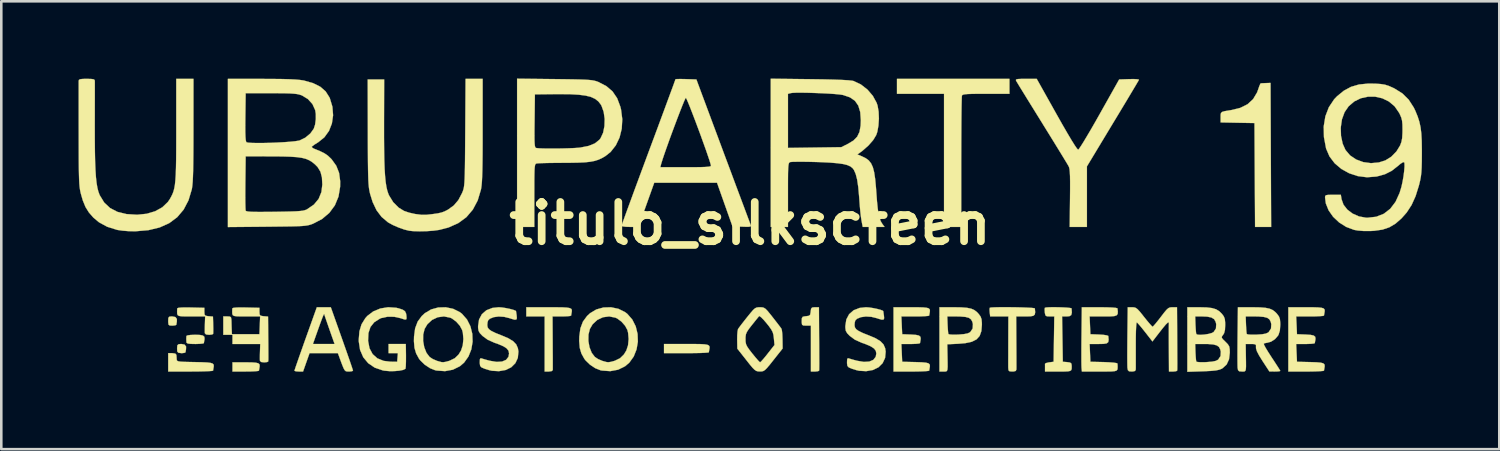
<source format=kicad_pcb>
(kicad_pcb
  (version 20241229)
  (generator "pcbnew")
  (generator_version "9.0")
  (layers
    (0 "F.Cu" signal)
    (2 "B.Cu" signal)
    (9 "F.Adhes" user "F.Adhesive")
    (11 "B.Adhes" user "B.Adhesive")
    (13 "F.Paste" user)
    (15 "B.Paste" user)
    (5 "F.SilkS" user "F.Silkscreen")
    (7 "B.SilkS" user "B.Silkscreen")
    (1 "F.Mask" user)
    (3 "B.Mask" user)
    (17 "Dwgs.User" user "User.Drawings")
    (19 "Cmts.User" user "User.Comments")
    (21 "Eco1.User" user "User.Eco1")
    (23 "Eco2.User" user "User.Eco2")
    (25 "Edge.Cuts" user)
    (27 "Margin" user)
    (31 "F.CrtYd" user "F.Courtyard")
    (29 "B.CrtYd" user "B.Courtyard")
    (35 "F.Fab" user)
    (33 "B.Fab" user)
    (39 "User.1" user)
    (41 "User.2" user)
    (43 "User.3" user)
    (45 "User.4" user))
  (footprint "titulo_silkscreen"
    (layer "F.Cu")
    (at 26.074 5.627)
    (property "Reference" "titulo_silkscreen" (at 0 0 0) (layer "F.SilkS") (effects (font (size 1.524 1.524) (thickness 0.3))))
    (attr through_hole)
    (fp_poly (pts (xy -21.957 4.703) (xy -21.899 4.778) (xy -21.902 4.886) (xy -21.917 4.973) (xy -21.921 5.002) (xy -21.962 5.024) (xy -22.06 5.035) (xy -22.08 5.035) (xy -22.2 5.019) (xy -22.242 4.969) (xy -22.247 4.86) (xy -22.247 4.835) (xy -22.238 4.731) (xy -22.191 4.688) (xy -22.085 4.679) (xy -21.957 4.703)) (stroke (width 0.01) (type solid)) (fill yes) (layer "F.SilkS"))
    (fp_poly (pts (xy -19.354 5.394) (xy -19.194 5.405) (xy -19.097 5.428) (xy -19.05 5.469) (xy -19.041 5.534) (xy -19.05 5.599) (xy -19.065 5.686) (xy -19.069 5.715) (xy -19.112 5.728) (xy -19.226 5.739) (xy -19.394 5.746) (xy -19.585 5.748) (xy -20.097 5.748) (xy -20.097 5.392) (xy -19.59 5.392) (xy -19.354 5.394)) (stroke (width 0.01) (type solid)) (fill yes) (layer "F.SilkS"))
    (fp_poly (pts (xy -22.313 3.633) (xy -22.256 3.708) (xy -22.258 3.816) (xy -22.273 3.903) (xy -22.277 3.933) (xy -22.319 3.955) (xy -22.417 3.966) (xy -22.437 3.966) (xy -22.537 3.961) (xy -22.581 3.927) (xy -22.592 3.84) (xy -22.593 3.788) (xy -22.588 3.674) (xy -22.559 3.623) (xy -22.484 3.61) (xy -22.441 3.609) (xy -22.313 3.633)) (stroke (width 0.01) (type solid)) (fill yes) (layer "F.SilkS"))
    (fp_poly (pts (xy -2.167 4.68) (xy -1.935 4.683) (xy -1.77 4.692) (xy -1.662 4.709) (xy -1.601 4.737) (xy -1.575 4.777) (xy -1.573 4.833) (xy -1.582 4.886) (xy -1.597 4.973) (xy -1.601 5.002) (xy -1.644 5.012) (xy -1.763 5.021) (xy -1.944 5.029) (xy -2.173 5.033) (xy -2.437 5.035) (xy -2.473 5.035) (xy -3.342 5.035) (xy -3.342 4.679) (xy -2.478 4.679) (xy -2.167 4.68)) (stroke (width 0.01) (type solid)) (fill yes) (layer "F.SilkS"))
    (fp_poly (pts (xy -21.36 4.328) (xy -21.245 4.351) (xy -21.19 4.399) (xy -21.182 4.481) (xy -21.189 4.529) (xy -21.204 4.616) (xy -21.208 4.646) (xy -21.25 4.662) (xy -21.36 4.673) (xy -21.515 4.679) (xy -21.545 4.679) (xy -21.723 4.675) (xy -21.828 4.662) (xy -21.876 4.636) (xy -21.885 4.612) (xy -21.89 4.504) (xy -21.891 4.478) (xy -21.887 4.388) (xy -21.885 4.367) (xy -21.841 4.345) (xy -21.728 4.329) (xy -21.568 4.323) (xy -21.55 4.322) (xy -21.36 4.328)) (stroke (width 0.01) (type solid)) (fill yes) (layer "F.SilkS"))
    (fp_poly (pts (xy 10.071 -5.035) (xy 9.162 -5.035) (xy 8.851 -5.035) (xy 8.618 -5.032) (xy 8.451 -5.026) (xy 8.34 -5.016) (xy 8.272 -5.002) (xy 8.237 -4.982) (xy 8.226 -4.965) (xy 8.221 -4.908) (xy 8.217 -4.771) (xy 8.212 -4.561) (xy 8.208 -4.286) (xy 8.205 -3.956) (xy 8.203 -3.577) (xy 8.201 -3.159) (xy 8.2 -2.709) (xy 8.199 -2.38) (xy 8.199 0.134) (xy 7.531 0.134) (xy 7.531 -5.035) (xy 5.704 -5.035) (xy 5.704 -5.615) (xy 10.071 -5.615) (xy 10.071 -5.035)) (stroke (width 0.01) (type solid)) (fill yes) (layer "F.SilkS"))
    (fp_poly (pts (xy 20.22 -2.662) (xy 20.232 0.134) (xy 19.608 0.134) (xy 19.596 -1.883) (xy 19.585 -3.899) (xy 18.927 -3.911) (xy 18.27 -3.924) (xy 18.27 -4.125) (xy 18.271 -4.225) (xy 18.285 -4.29) (xy 18.329 -4.331) (xy 18.42 -4.359) (xy 18.573 -4.385) (xy 18.68 -4.402) (xy 19.032 -4.488) (xy 19.315 -4.629) (xy 19.531 -4.828) (xy 19.685 -5.086) (xy 19.728 -5.203) (xy 19.772 -5.332) (xy 19.81 -5.419) (xy 19.827 -5.441) (xy 19.884 -5.445) (xy 19.994 -5.45) (xy 20.03 -5.451) (xy 20.209 -5.458) (xy 20.22 -2.662)) (stroke (width 0.01) (type solid)) (fill yes) (layer "F.SilkS"))
    (fp_poly (pts (xy -22.317 5.052) (xy -22.275 5.102) (xy -22.268 5.201) (xy -22.264 5.269) (xy -22.259 5.307) (xy -22.241 5.334) (xy -22.195 5.353) (xy -22.11 5.365) (xy -21.972 5.373) (xy -21.768 5.378) (xy -21.561 5.382) (xy -21.283 5.388) (xy -21.083 5.397) (xy -20.949 5.413) (xy -20.868 5.439) (xy -20.83 5.479) (xy -20.823 5.535) (xy -20.832 5.599) (xy -20.847 5.686) (xy -20.851 5.715) (xy -20.895 5.725) (xy -21.014 5.734) (xy -21.195 5.741) (xy -21.424 5.746) (xy -21.688 5.748) (xy -21.724 5.748) (xy -22.593 5.748) (xy -22.593 5.035) (xy -22.437 5.035) (xy -22.317 5.052)) (stroke (width 0.01) (type solid)) (fill yes) (layer "F.SilkS"))
    (fp_poly (pts (xy -7.515 3.254) (xy -7.282 3.257) (xy -7.118 3.266) (xy -7.01 3.284) (xy -6.948 3.311) (xy -6.922 3.351) (xy -6.921 3.407) (xy -6.929 3.46) (xy -6.944 3.547) (xy -6.948 3.576) (xy -6.991 3.592) (xy -7.101 3.603) (xy -7.259 3.609) (xy -7.311 3.609) (xy -7.67 3.609) (xy -7.664 4.623) (xy -7.663 4.917) (xy -7.661 5.183) (xy -7.661 5.406) (xy -7.661 5.574) (xy -7.661 5.673) (xy -7.661 5.693) (xy -7.704 5.732) (xy -7.813 5.748) (xy -7.821 5.748) (xy -7.976 5.748) (xy -7.976 3.609) (xy -8.689 3.609) (xy -8.689 3.253) (xy -7.825 3.253) (xy -7.515 3.254)) (stroke (width 0.01) (type solid)) (fill yes) (layer "F.SilkS"))
    (fp_poly (pts (xy 2.68 4.378) (xy 2.683 4.751) (xy 2.684 5.044) (xy 2.685 5.269) (xy 2.686 5.434) (xy 2.685 5.55) (xy 2.684 5.627) (xy 2.683 5.675) (xy 2.681 5.704) (xy 2.679 5.715) (xy 2.636 5.737) (xy 2.537 5.748) (xy 2.518 5.748) (xy 2.362 5.748) (xy 2.362 3.966) (xy 2.184 3.966) (xy 2.069 3.962) (xy 2.019 3.932) (xy 2.006 3.851) (xy 2.005 3.79) (xy 2.011 3.677) (xy 2.043 3.624) (xy 2.128 3.605) (xy 2.172 3.601) (xy 2.283 3.585) (xy 2.333 3.542) (xy 2.351 3.443) (xy 2.353 3.42) (xy 2.369 3.311) (xy 2.409 3.264) (xy 2.499 3.253) (xy 2.52 3.253) (xy 2.674 3.253) (xy 2.68 4.378)) (stroke (width 0.01) (type solid)) (fill yes) (layer "F.SilkS"))
    (fp_poly (pts (xy -21.713 3.263) (xy -21.189 3.275) (xy -21.189 3.431) (xy -21.182 3.534) (xy -21.144 3.581) (xy -21.047 3.599) (xy -21.022 3.601) (xy -20.855 3.615) (xy -20.848 3.846) (xy -20.843 4.078) (xy -20.844 4.228) (xy -20.849 4.289) (xy -20.892 4.311) (xy -20.991 4.322) (xy -21.011 4.322) (xy -21.123 4.31) (xy -21.168 4.266) (xy -21.172 4.244) (xy -21.173 4.16) (xy -21.172 4.02) (xy -21.168 3.888) (xy -21.159 3.609) (xy -21.698 3.609) (xy -21.927 3.609) (xy -22.081 3.604) (xy -22.176 3.589) (xy -22.225 3.559) (xy -22.244 3.509) (xy -22.247 3.432) (xy -22.247 3.409) (xy -22.244 3.318) (xy -22.242 3.296) (xy -22.195 3.275) (xy -22.065 3.263) (xy -21.858 3.26) (xy -21.713 3.263)) (stroke (width 0.01) (type solid)) (fill yes) (layer "F.SilkS"))
    (fp_poly (pts (xy 10.114 3.252) (xy 10.355 3.255) (xy 10.584 3.261) (xy 10.785 3.269) (xy 10.941 3.278) (xy 11.036 3.289) (xy 11.057 3.298) (xy 11.07 3.445) (xy 11.055 3.536) (xy 10.996 3.586) (xy 10.877 3.606) (xy 10.692 3.609) (xy 10.333 3.609) (xy 10.338 4.601) (xy 10.34 4.893) (xy 10.341 5.159) (xy 10.341 5.383) (xy 10.342 5.552) (xy 10.341 5.652) (xy 10.341 5.67) (xy 10.315 5.726) (xy 10.229 5.747) (xy 10.182 5.748) (xy 10.078 5.741) (xy 10.034 5.702) (xy 10.025 5.607) (xy 10.025 5.604) (xy 10.024 5.516) (xy 10.024 5.355) (xy 10.025 5.137) (xy 10.025 4.877) (xy 10.026 4.593) (xy 10.026 4.534) (xy 10.029 3.609) (xy 9.323 3.609) (xy 9.305 3.452) (xy 9.298 3.342) (xy 9.305 3.278) (xy 9.307 3.274) (xy 9.36 3.263) (xy 9.484 3.256) (xy 9.662 3.252) (xy 9.877 3.251) (xy 10.114 3.252)) (stroke (width 0.01) (type solid)) (fill yes) (layer "F.SilkS"))
    (fp_poly (pts (xy 11.966 3.253) (xy 12.149 3.259) (xy 12.31 3.268) (xy 12.428 3.281) (xy 12.482 3.295) (xy 12.483 3.298) (xy 12.494 3.461) (xy 12.47 3.557) (xy 12.4 3.6) (xy 12.296 3.609) (xy 12.115 3.609) (xy 12.129 4.49) (xy 12.143 5.37) (xy 12.31 5.383) (xy 12.425 5.4) (xy 12.476 5.441) (xy 12.488 5.528) (xy 12.488 5.548) (xy 12.487 5.633) (xy 12.473 5.69) (xy 12.43 5.724) (xy 12.345 5.742) (xy 12.202 5.748) (xy 11.986 5.748) (xy 11.965 5.748) (xy 11.452 5.748) (xy 11.452 5.615) (xy 11.452 5.508) (xy 11.451 5.448) (xy 11.489 5.421) (xy 11.586 5.397) (xy 11.618 5.392) (xy 11.786 5.37) (xy 11.799 4.49) (xy 11.812 3.609) (xy 11.637 3.609) (xy 11.523 3.604) (xy 11.47 3.57) (xy 11.448 3.486) (xy 11.444 3.452) (xy 11.437 3.342) (xy 11.444 3.278) (xy 11.446 3.274) (xy 11.501 3.261) (xy 11.621 3.253) (xy 11.783 3.251) (xy 11.966 3.253)) (stroke (width 0.01) (type solid)) (fill yes) (layer "F.SilkS"))
    (fp_poly (pts (xy 6.532 3.254) (xy 6.73 3.26) (xy 6.862 3.274) (xy 6.941 3.299) (xy 6.977 3.339) (xy 6.983 3.397) (xy 6.974 3.46) (xy 6.959 3.547) (xy 6.955 3.576) (xy 6.912 3.589) (xy 6.797 3.599) (xy 6.628 3.607) (xy 6.421 3.609) (xy 6.413 3.609) (xy 5.875 3.609) (xy 5.89 3.955) (xy 5.906 4.3) (xy 6.246 4.313) (xy 6.439 4.326) (xy 6.557 4.352) (xy 6.614 4.4) (xy 6.625 4.477) (xy 6.618 4.529) (xy 6.603 4.616) (xy 6.598 4.646) (xy 6.556 4.661) (xy 6.445 4.673) (xy 6.288 4.679) (xy 6.235 4.679) (xy 5.875 4.679) (xy 5.906 5.37) (xy 6.425 5.382) (xy 6.663 5.39) (xy 6.825 5.404) (xy 6.923 5.429) (xy 6.972 5.47) (xy 6.983 5.533) (xy 6.974 5.599) (xy 6.959 5.686) (xy 6.955 5.715) (xy 6.912 5.726) (xy 6.795 5.736) (xy 6.619 5.744) (xy 6.4 5.748) (xy 6.261 5.748) (xy 5.57 5.748) (xy 5.57 3.253) (xy 6.256 3.253) (xy 6.532 3.254)) (stroke (width 0.01) (type solid)) (fill yes) (layer "F.SilkS"))
    (fp_poly (pts (xy 21.861 3.254) (xy 22.059 3.26) (xy 22.191 3.274) (xy 22.27 3.299) (xy 22.306 3.339) (xy 22.312 3.397) (xy 22.303 3.46) (xy 22.288 3.547) (xy 22.284 3.576) (xy 22.241 3.589) (xy 22.126 3.599) (xy 21.957 3.607) (xy 21.75 3.609) (xy 21.742 3.609) (xy 21.204 3.609) (xy 21.22 3.955) (xy 21.235 4.3) (xy 21.576 4.313) (xy 21.768 4.326) (xy 21.886 4.352) (xy 21.943 4.4) (xy 21.954 4.477) (xy 21.947 4.529) (xy 21.932 4.616) (xy 21.928 4.646) (xy 21.885 4.661) (xy 21.774 4.673) (xy 21.617 4.679) (xy 21.564 4.679) (xy 21.204 4.679) (xy 21.235 5.37) (xy 21.754 5.382) (xy 21.992 5.39) (xy 22.154 5.404) (xy 22.252 5.429) (xy 22.301 5.47) (xy 22.312 5.533) (xy 22.303 5.599) (xy 22.288 5.686) (xy 22.284 5.715) (xy 22.241 5.726) (xy 22.124 5.736) (xy 21.948 5.744) (xy 21.729 5.748) (xy 21.59 5.748) (xy 20.899 5.748) (xy 20.899 3.253) (xy 21.585 3.253) (xy 21.861 3.254)) (stroke (width 0.01) (type solid)) (fill yes) (layer "F.SilkS"))
    (fp_poly (pts (xy -15.848 4.467) (xy -15.738 4.779) (xy -15.638 5.063) (xy -15.552 5.309) (xy -15.485 5.506) (xy -15.439 5.644) (xy -15.418 5.711) (xy -15.417 5.715) (xy -15.457 5.737) (xy -15.554 5.748) (xy -15.576 5.748) (xy -15.647 5.747) (xy -15.699 5.734) (xy -15.742 5.695) (xy -15.785 5.617) (xy -15.839 5.485) (xy -15.913 5.287) (xy -15.927 5.247) (xy -16.005 5.035) (xy -17.105 5.035) (xy -17.357 5.748) (xy -17.524 5.748) (xy -17.631 5.741) (xy -17.688 5.722) (xy -17.691 5.717) (xy -17.676 5.668) (xy -17.636 5.547) (xy -17.572 5.363) (xy -17.49 5.127) (xy -17.392 4.851) (xy -17.331 4.679) (xy -16.974 4.679) (xy -16.133 4.679) (xy -16.333 4.112) (xy -16.406 3.903) (xy -16.467 3.726) (xy -16.511 3.596) (xy -16.531 3.53) (xy -16.532 3.526) (xy -16.54 3.512) (xy -16.566 3.559) (xy -16.612 3.671) (xy -16.681 3.856) (xy -16.773 4.112) (xy -16.974 4.679) (xy -17.331 4.679) (xy -17.284 4.545) (xy -17.257 4.469) (xy -16.822 3.253) (xy -16.279 3.253) (xy -15.848 4.467)) (stroke (width 0.01) (type solid)) (fill yes) (layer "F.SilkS"))
    (fp_poly (pts (xy 13.846 3.256) (xy 14.059 3.264) (xy 14.2 3.277) (xy 14.263 3.294) (xy 14.265 3.298) (xy 14.279 3.424) (xy 14.273 3.511) (xy 14.234 3.565) (xy 14.149 3.595) (xy 14.006 3.607) (xy 13.789 3.609) (xy 13.722 3.609) (xy 13.184 3.609) (xy 13.199 3.955) (xy 13.213 4.3) (xy 13.558 4.313) (xy 13.722 4.324) (xy 13.845 4.343) (xy 13.906 4.364) (xy 13.909 4.369) (xy 13.922 4.515) (xy 13.907 4.606) (xy 13.847 4.655) (xy 13.727 4.675) (xy 13.544 4.679) (xy 13.184 4.679) (xy 13.214 5.37) (xy 13.737 5.382) (xy 13.946 5.391) (xy 14.116 5.404) (xy 14.227 5.421) (xy 14.265 5.438) (xy 14.27 5.52) (xy 14.271 5.548) (xy 14.27 5.623) (xy 14.26 5.677) (xy 14.226 5.713) (xy 14.157 5.734) (xy 14.039 5.745) (xy 13.86 5.748) (xy 13.605 5.748) (xy 13.572 5.748) (xy 12.884 5.748) (xy 12.87 5.604) (xy 12.867 5.519) (xy 12.864 5.36) (xy 12.864 5.141) (xy 12.864 4.874) (xy 12.866 4.575) (xy 12.869 4.356) (xy 12.881 3.253) (xy 13.57 3.253) (xy 13.846 3.256)) (stroke (width 0.01) (type solid)) (fill yes) (layer "F.SilkS"))
    (fp_poly (pts (xy 8.202 3.258) (xy 8.422 3.275) (xy 8.586 3.309) (xy 8.712 3.365) (xy 8.816 3.447) (xy 8.881 3.518) (xy 8.951 3.615) (xy 8.987 3.717) (xy 9 3.859) (xy 9.001 3.936) (xy 8.981 4.178) (xy 8.915 4.364) (xy 8.795 4.499) (xy 8.612 4.592) (xy 8.359 4.647) (xy 8.095 4.67) (xy 7.657 4.691) (xy 7.666 5.164) (xy 7.67 5.402) (xy 7.671 5.565) (xy 7.664 5.667) (xy 7.645 5.722) (xy 7.611 5.745) (xy 7.558 5.749) (xy 7.509 5.748) (xy 7.353 5.748) (xy 7.353 3.609) (xy 7.657 3.609) (xy 7.669 3.933) (xy 7.678 4.096) (xy 7.689 4.225) (xy 7.7 4.292) (xy 7.701 4.294) (xy 7.752 4.31) (xy 7.869 4.318) (xy 8.031 4.316) (xy 8.093 4.314) (xy 8.306 4.296) (xy 8.449 4.268) (xy 8.538 4.226) (xy 8.552 4.214) (xy 8.642 4.078) (xy 8.652 3.905) (xy 8.63 3.818) (xy 8.581 3.726) (xy 8.496 3.664) (xy 8.36 3.628) (xy 8.158 3.612) (xy 8.014 3.609) (xy 7.657 3.609) (xy 7.353 3.609) (xy 7.353 3.253) (xy 7.911 3.253) (xy 8.202 3.258)) (stroke (width 0.01) (type solid)) (fill yes) (layer "F.SilkS"))
    (fp_poly (pts (xy -19.574 3.263) (xy -19.05 3.275) (xy -19.05 3.431) (xy -19.043 3.534) (xy -19.005 3.581) (xy -18.908 3.599) (xy -18.883 3.601) (xy -18.716 3.615) (xy -18.709 4.381) (xy -18.706 4.693) (xy -18.705 4.928) (xy -18.704 5.098) (xy -18.704 5.215) (xy -18.705 5.29) (xy -18.708 5.335) (xy -18.71 5.359) (xy -18.753 5.381) (xy -18.852 5.392) (xy -18.872 5.392) (xy -18.984 5.379) (xy -19.029 5.335) (xy -19.033 5.314) (xy -19.034 5.229) (xy -19.033 5.089) (xy -19.029 4.957) (xy -19.02 4.679) (xy -20.097 4.679) (xy -20.097 4.322) (xy -20.454 4.322) (xy -20.454 3.609) (xy -20.298 3.609) (xy -20.204 3.614) (xy -20.157 3.641) (xy -20.14 3.717) (xy -20.136 3.821) (xy -20.132 3.982) (xy -20.127 4.129) (xy -20.125 4.166) (xy -20.119 4.3) (xy -19.05 4.3) (xy -19.037 3.955) (xy -19.024 3.609) (xy -19.561 3.609) (xy -19.789 3.609) (xy -19.943 3.604) (xy -20.038 3.589) (xy -20.087 3.559) (xy -20.105 3.508) (xy -20.108 3.431) (xy -20.108 3.409) (xy -20.105 3.318) (xy -20.103 3.296) (xy -20.056 3.275) (xy -19.927 3.263) (xy -19.719 3.26) (xy -19.574 3.263)) (stroke (width 0.01) (type solid)) (fill yes) (layer "F.SilkS"))
    (fp_poly (pts (xy -13.743 3.273) (xy -13.636 3.298) (xy -13.483 3.35) (xy -13.397 3.411) (xy -13.356 3.501) (xy -13.344 3.581) (xy -13.338 3.683) (xy -13.356 3.729) (xy -13.418 3.728) (xy -13.542 3.687) (xy -13.569 3.678) (xy -13.816 3.623) (xy -14.078 3.621) (xy -14.317 3.672) (xy -14.371 3.694) (xy -14.591 3.833) (xy -14.739 4.018) (xy -14.818 4.254) (xy -14.832 4.548) (xy -14.831 4.562) (xy -14.777 4.846) (xy -14.656 5.072) (xy -14.473 5.236) (xy -14.23 5.335) (xy -13.973 5.366) (xy -13.703 5.37) (xy -13.675 5.035) (xy -14.037 5.035) (xy -14.037 4.679) (xy -13.368 4.679) (xy -13.365 4.824) (xy -13.361 5.13) (xy -13.362 5.372) (xy -13.368 5.542) (xy -13.379 5.633) (xy -13.384 5.645) (xy -13.47 5.686) (xy -13.62 5.716) (xy -13.807 5.732) (xy -14.007 5.733) (xy -14.193 5.717) (xy -14.26 5.705) (xy -14.574 5.598) (xy -14.828 5.425) (xy -15.02 5.194) (xy -15.143 4.91) (xy -15.194 4.577) (xy -15.195 4.52) (xy -15.169 4.189) (xy -15.086 3.914) (xy -14.94 3.678) (xy -14.862 3.59) (xy -14.633 3.416) (xy -14.356 3.301) (xy -14.052 3.252) (xy -13.743 3.273)) (stroke (width 0.01) (type solid)) (fill yes) (layer "F.SilkS"))
    (fp_poly (pts (xy -11.529 3.314) (xy -11.27 3.443) (xy -11.187 3.506) (xy -10.991 3.729) (xy -10.857 3.995) (xy -10.785 4.288) (xy -10.774 4.592) (xy -10.824 4.89) (xy -10.935 5.166) (xy -11.104 5.403) (xy -11.266 5.542) (xy -11.539 5.677) (xy -11.845 5.734) (xy -12.17 5.711) (xy -12.227 5.699) (xy -12.429 5.618) (xy -12.635 5.481) (xy -12.807 5.313) (xy -12.855 5.25) (xy -12.966 5.047) (xy -13.03 4.831) (xy -13.052 4.574) (xy -13.052 4.56) (xy -12.695 4.56) (xy -12.651 4.806) (xy -12.565 5.023) (xy -12.442 5.184) (xy -12.318 5.265) (xy -12.152 5.336) (xy -11.99 5.381) (xy -11.92 5.388) (xy -11.821 5.373) (xy -11.689 5.337) (xy -11.661 5.327) (xy -11.464 5.231) (xy -11.318 5.089) (xy -11.221 4.93) (xy -11.155 4.728) (xy -11.132 4.486) (xy -11.152 4.245) (xy -11.18 4.137) (xy -11.269 3.971) (xy -11.412 3.81) (xy -11.577 3.688) (xy -11.645 3.657) (xy -11.888 3.609) (xy -12.129 3.641) (xy -12.349 3.745) (xy -12.53 3.913) (xy -12.637 4.094) (xy -12.692 4.314) (xy -12.695 4.56) (xy -13.052 4.56) (xy -13.048 4.391) (xy -13.005 4.071) (xy -12.907 3.811) (xy -12.746 3.592) (xy -12.631 3.485) (xy -12.387 3.339) (xy -12.108 3.262) (xy -11.815 3.254) (xy -11.529 3.314)) (stroke (width 0.01) (type solid)) (fill yes) (layer "F.SilkS"))
    (fp_poly (pts (xy -5.112 3.314) (xy -4.853 3.443) (xy -4.77 3.506) (xy -4.574 3.729) (xy -4.44 3.995) (xy -4.368 4.288) (xy -4.357 4.592) (xy -4.408 4.89) (xy -4.518 5.166) (xy -4.688 5.403) (xy -4.85 5.542) (xy -5.122 5.677) (xy -5.428 5.734) (xy -5.753 5.711) (xy -5.81 5.699) (xy -6.013 5.618) (xy -6.218 5.481) (xy -6.391 5.313) (xy -6.438 5.25) (xy -6.55 5.047) (xy -6.613 4.831) (xy -6.635 4.574) (xy -6.635 4.56) (xy -6.279 4.56) (xy -6.235 4.806) (xy -6.148 5.023) (xy -6.025 5.184) (xy -5.901 5.265) (xy -5.736 5.336) (xy -5.573 5.381) (xy -5.503 5.388) (xy -5.404 5.373) (xy -5.272 5.337) (xy -5.244 5.327) (xy -5.047 5.231) (xy -4.901 5.089) (xy -4.804 4.93) (xy -4.738 4.728) (xy -4.715 4.486) (xy -4.736 4.245) (xy -4.763 4.137) (xy -4.853 3.971) (xy -4.995 3.81) (xy -5.16 3.688) (xy -5.228 3.657) (xy -5.471 3.609) (xy -5.712 3.641) (xy -5.932 3.745) (xy -6.113 3.913) (xy -6.22 4.094) (xy -6.275 4.314) (xy -6.279 4.56) (xy -6.635 4.56) (xy -6.631 4.391) (xy -6.588 4.071) (xy -6.49 3.811) (xy -6.329 3.592) (xy -6.214 3.485) (xy -5.97 3.339) (xy -5.691 3.262) (xy -5.398 3.254) (xy -5.112 3.314)) (stroke (width 0.01) (type solid)) (fill yes) (layer "F.SilkS"))
    (fp_poly (pts (xy 11.904 -4.234) (xy 12.13 -3.834) (xy 12.324 -3.499) (xy 12.483 -3.232) (xy 12.606 -3.035) (xy 12.691 -2.912) (xy 12.737 -2.864) (xy 12.741 -2.864) (xy 12.776 -2.904) (xy 12.85 -3.013) (xy 12.956 -3.182) (xy 13.088 -3.403) (xy 13.243 -3.665) (xy 13.413 -3.961) (xy 13.567 -4.233) (xy 14.331 -5.592) (xy 14.723 -5.605) (xy 14.901 -5.607) (xy 15.031 -5.6) (xy 15.096 -5.586) (xy 15.099 -5.578) (xy 15.074 -5.532) (xy 15.007 -5.419) (xy 14.903 -5.244) (xy 14.768 -5.018) (xy 14.606 -4.747) (xy 14.421 -4.44) (xy 14.219 -4.105) (xy 14.081 -3.877) (xy 13.079 -2.216) (xy 13.079 0.134) (xy 12.745 0.134) (xy 12.41 0.134) (xy 12.423 -0.98) (xy 12.426 -1.34) (xy 12.426 -1.621) (xy 12.423 -1.835) (xy 12.415 -1.992) (xy 12.404 -2.103) (xy 12.387 -2.178) (xy 12.37 -2.219) (xy 12.333 -2.284) (xy 12.254 -2.415) (xy 12.139 -2.605) (xy 11.993 -2.843) (xy 11.821 -3.123) (xy 11.629 -3.434) (xy 11.422 -3.768) (xy 11.341 -3.9) (xy 11.131 -4.238) (xy 10.935 -4.555) (xy 10.757 -4.842) (xy 10.604 -5.091) (xy 10.48 -5.292) (xy 10.391 -5.439) (xy 10.341 -5.521) (xy 10.333 -5.534) (xy 10.32 -5.572) (xy 10.337 -5.595) (xy 10.4 -5.608) (xy 10.523 -5.614) (xy 10.71 -5.615) (xy 11.13 -5.615) (xy 11.904 -4.234)) (stroke (width 0.01) (type solid)) (fill yes) (layer "F.SilkS"))
    (fp_poly (pts (xy -9.633 3.262) (xy -9.479 3.286) (xy -9.323 3.318) (xy -9.19 3.354) (xy -9.105 3.387) (xy -9.089 3.402) (xy -9.082 3.446) (xy -9.067 3.546) (xy -9.063 3.576) (xy -9.055 3.681) (xy -9.079 3.732) (xy -9.15 3.735) (xy -9.284 3.696) (xy -9.336 3.678) (xy -9.549 3.625) (xy -9.764 3.612) (xy -9.957 3.638) (xy -10.106 3.699) (xy -10.17 3.761) (xy -10.194 3.838) (xy -10.204 3.945) (xy -10.191 4.031) (xy -10.141 4.104) (xy -10.044 4.175) (xy -9.885 4.252) (xy -9.654 4.344) (xy -9.648 4.346) (xy -9.385 4.458) (xy -9.2 4.571) (xy -9.08 4.696) (xy -9.015 4.844) (xy -8.995 4.976) (xy -9.018 5.22) (xy -9.114 5.425) (xy -9.274 5.584) (xy -9.49 5.689) (xy -9.752 5.735) (xy -10.026 5.719) (xy -10.141 5.692) (xy -10.284 5.647) (xy -10.316 5.636) (xy -10.429 5.588) (xy -10.48 5.532) (xy -10.495 5.435) (xy -10.496 5.391) (xy -10.491 5.277) (xy -10.466 5.234) (xy -10.429 5.238) (xy -10.35 5.263) (xy -10.218 5.301) (xy -10.099 5.332) (xy -9.84 5.375) (xy -9.63 5.362) (xy -9.474 5.295) (xy -9.381 5.178) (xy -9.358 5.05) (xy -9.378 4.945) (xy -9.445 4.855) (xy -9.571 4.772) (xy -9.767 4.687) (xy -9.929 4.63) (xy -10.188 4.514) (xy -10.386 4.369) (xy -10.49 4.261) (xy -10.542 4.169) (xy -10.56 4.055) (xy -10.561 3.983) (xy -10.523 3.728) (xy -10.413 3.522) (xy -10.238 3.37) (xy -10.004 3.279) (xy -9.76 3.253) (xy -9.633 3.262)) (stroke (width 0.01) (type solid)) (fill yes) (layer "F.SilkS"))
    (fp_poly (pts (xy 4.626 3.262) (xy 4.781 3.286) (xy 4.937 3.318) (xy 5.07 3.354) (xy 5.154 3.387) (xy 5.171 3.402) (xy 5.178 3.446) (xy 5.192 3.546) (xy 5.197 3.576) (xy 5.205 3.681) (xy 5.181 3.732) (xy 5.109 3.735) (xy 4.975 3.696) (xy 4.924 3.678) (xy 4.711 3.625) (xy 4.496 3.612) (xy 4.303 3.638) (xy 4.154 3.699) (xy 4.089 3.761) (xy 4.065 3.838) (xy 4.056 3.945) (xy 4.069 4.031) (xy 4.118 4.104) (xy 4.216 4.175) (xy 4.374 4.252) (xy 4.606 4.344) (xy 4.612 4.346) (xy 4.875 4.458) (xy 5.06 4.571) (xy 5.18 4.696) (xy 5.245 4.844) (xy 5.265 4.976) (xy 5.242 5.22) (xy 5.146 5.425) (xy 4.986 5.584) (xy 4.77 5.689) (xy 4.508 5.735) (xy 4.233 5.719) (xy 4.119 5.692) (xy 3.976 5.647) (xy 3.944 5.636) (xy 3.831 5.588) (xy 3.779 5.532) (xy 3.765 5.435) (xy 3.764 5.391) (xy 3.769 5.277) (xy 3.793 5.234) (xy 3.831 5.238) (xy 3.909 5.263) (xy 4.042 5.301) (xy 4.161 5.332) (xy 4.419 5.375) (xy 4.63 5.362) (xy 4.786 5.295) (xy 4.878 5.178) (xy 4.902 5.05) (xy 4.882 4.945) (xy 4.814 4.855) (xy 4.688 4.772) (xy 4.492 4.687) (xy 4.331 4.63) (xy 4.072 4.514) (xy 3.874 4.369) (xy 3.77 4.261) (xy 3.717 4.169) (xy 3.7 4.055) (xy 3.699 3.983) (xy 3.737 3.728) (xy 3.846 3.522) (xy 4.021 3.37) (xy 4.255 3.279) (xy 4.5 3.253) (xy 4.626 3.262)) (stroke (width 0.01) (type solid)) (fill yes) (layer "F.SilkS"))
    (fp_poly (pts (xy 14.912 3.257) (xy 14.978 3.279) (xy 15.047 3.33) (xy 15.133 3.423) (xy 15.252 3.571) (xy 15.3 3.632) (xy 15.424 3.786) (xy 15.529 3.909) (xy 15.602 3.988) (xy 15.63 4.009) (xy 15.669 3.974) (xy 15.748 3.883) (xy 15.855 3.75) (xy 15.948 3.63) (xy 16.077 3.462) (xy 16.168 3.353) (xy 16.238 3.29) (xy 16.302 3.261) (xy 16.376 3.253) (xy 16.405 3.253) (xy 16.577 3.253) (xy 16.584 4.378) (xy 16.586 4.751) (xy 16.587 5.044) (xy 16.588 5.269) (xy 16.589 5.434) (xy 16.588 5.55) (xy 16.588 5.627) (xy 16.586 5.675) (xy 16.584 5.704) (xy 16.582 5.715) (xy 16.539 5.737) (xy 16.44 5.748) (xy 16.421 5.748) (xy 16.265 5.748) (xy 16.26 4.846) (xy 16.258 4.569) (xy 16.258 4.321) (xy 16.258 4.116) (xy 16.259 3.968) (xy 16.261 3.893) (xy 16.262 3.888) (xy 16.256 3.839) (xy 16.218 3.85) (xy 16.142 3.923) (xy 16.024 4.064) (xy 15.911 4.208) (xy 15.623 4.581) (xy 15.34 4.218) (xy 15.218 4.065) (xy 15.114 3.941) (xy 15.041 3.861) (xy 15.015 3.84) (xy 15.002 3.878) (xy 14.991 3.994) (xy 14.982 4.18) (xy 14.977 4.424) (xy 14.976 4.709) (xy 14.976 4.985) (xy 14.976 5.234) (xy 14.976 5.44) (xy 14.976 5.59) (xy 14.975 5.667) (xy 14.975 5.67) (xy 14.949 5.726) (xy 14.862 5.747) (xy 14.819 5.748) (xy 14.715 5.74) (xy 14.669 5.696) (xy 14.652 5.604) (xy 14.649 5.519) (xy 14.647 5.36) (xy 14.646 5.141) (xy 14.647 4.874) (xy 14.649 4.575) (xy 14.651 4.356) (xy 14.664 3.253) (xy 14.834 3.253) (xy 14.912 3.257)) (stroke (width 0.01) (type solid)) (fill yes) (layer "F.SilkS"))
    (fp_poly (pts (xy 17.727 3.26) (xy 17.936 3.285) (xy 18.094 3.332) (xy 18.219 3.409) (xy 18.328 3.518) (xy 18.397 3.614) (xy 18.434 3.714) (xy 18.447 3.852) (xy 18.448 3.942) (xy 18.439 4.132) (xy 18.406 4.26) (xy 18.366 4.325) (xy 18.321 4.387) (xy 18.316 4.436) (xy 18.359 4.497) (xy 18.455 4.591) (xy 18.552 4.69) (xy 18.604 4.775) (xy 18.623 4.88) (xy 18.627 5.017) (xy 18.596 5.277) (xy 18.503 5.477) (xy 18.345 5.621) (xy 18.306 5.644) (xy 18.214 5.679) (xy 18.085 5.706) (xy 17.902 5.724) (xy 17.651 5.737) (xy 17.568 5.74) (xy 16.978 5.759) (xy 16.978 4.679) (xy 17.283 4.679) (xy 17.294 5.002) (xy 17.303 5.166) (xy 17.314 5.294) (xy 17.325 5.362) (xy 17.326 5.364) (xy 17.377 5.379) (xy 17.494 5.387) (xy 17.656 5.386) (xy 17.718 5.383) (xy 17.932 5.366) (xy 18.074 5.338) (xy 18.163 5.295) (xy 18.177 5.284) (xy 18.268 5.147) (xy 18.277 4.974) (xy 18.255 4.887) (xy 18.207 4.795) (xy 18.122 4.734) (xy 17.985 4.697) (xy 17.783 4.681) (xy 17.64 4.679) (xy 17.283 4.679) (xy 16.978 4.679) (xy 16.978 3.609) (xy 17.283 3.609) (xy 17.294 3.933) (xy 17.303 4.096) (xy 17.314 4.224) (xy 17.325 4.292) (xy 17.326 4.294) (xy 17.383 4.319) (xy 17.499 4.324) (xy 17.646 4.313) (xy 17.797 4.289) (xy 17.924 4.254) (xy 17.998 4.216) (xy 18.089 4.079) (xy 18.099 3.907) (xy 18.077 3.818) (xy 18.019 3.716) (xy 17.913 3.651) (xy 17.747 3.617) (xy 17.551 3.609) (xy 17.283 3.609) (xy 16.978 3.609) (xy 16.978 3.253) (xy 17.447 3.253) (xy 17.727 3.26)) (stroke (width 0.01) (type solid)) (fill yes) (layer "F.SilkS"))
    (fp_poly (pts (xy 0.468 3.256) (xy 0.535 3.273) (xy 0.601 3.315) (xy 0.68 3.396) (xy 0.788 3.528) (xy 0.879 3.643) (xy 1.006 3.806) (xy 1.114 3.946) (xy 1.191 4.048) (xy 1.22 4.09) (xy 1.237 4.159) (xy 1.251 4.292) (xy 1.258 4.462) (xy 1.259 4.501) (xy 1.264 4.854) (xy 0.91 5.301) (xy 0.764 5.485) (xy 0.658 5.61) (xy 0.581 5.687) (xy 0.517 5.728) (xy 0.455 5.744) (xy 0.379 5.746) (xy 0.379 5.746) (xy 0.302 5.742) (xy 0.239 5.724) (xy 0.174 5.68) (xy 0.094 5.6) (xy -0.014 5.471) (xy -0.147 5.302) (xy -0.495 4.861) (xy -0.501 4.513) (xy -0.501 4.487) (xy -0.178 4.487) (xy -0.174 4.6) (xy -0.155 4.692) (xy -0.11 4.785) (xy -0.028 4.904) (xy 0.09 5.055) (xy 0.208 5.199) (xy 0.306 5.312) (xy 0.372 5.379) (xy 0.39 5.39) (xy 0.43 5.356) (xy 0.511 5.267) (xy 0.618 5.138) (xy 0.685 5.053) (xy 0.948 4.718) (xy 0.924 4.456) (xy 0.907 4.323) (xy 0.876 4.215) (xy 0.818 4.108) (xy 0.721 3.974) (xy 0.644 3.878) (xy 0.529 3.743) (xy 0.432 3.645) (xy 0.368 3.597) (xy 0.353 3.596) (xy 0.311 3.645) (xy 0.229 3.746) (xy 0.121 3.881) (xy 0.07 3.944) (xy -0.05 4.099) (xy -0.123 4.211) (xy -0.162 4.305) (xy -0.176 4.405) (xy -0.178 4.487) (xy -0.501 4.487) (xy -0.499 4.338) (xy -0.487 4.192) (xy -0.469 4.103) (xy -0.465 4.096) (xy -0.421 4.033) (xy -0.335 3.919) (xy -0.219 3.77) (xy -0.115 3.639) (xy 0.021 3.471) (xy 0.117 3.36) (xy 0.19 3.295) (xy 0.255 3.264) (xy 0.328 3.254) (xy 0.383 3.253) (xy 0.468 3.256)) (stroke (width 0.01) (type solid)) (fill yes) (layer "F.SilkS"))
    (fp_poly (pts (xy -10.384 -3.621) (xy -10.384 -3.114) (xy -10.386 -2.689) (xy -10.39 -2.336) (xy -10.395 -2.048) (xy -10.403 -1.816) (xy -10.412 -1.632) (xy -10.424 -1.488) (xy -10.439 -1.375) (xy -10.45 -1.315) (xy -10.576 -0.894) (xy -10.765 -0.538) (xy -11.016 -0.244) (xy -11.331 -0.013) (xy -11.71 0.156) (xy -12.069 0.249) (xy -12.291 0.28) (xy -12.556 0.299) (xy -12.831 0.305) (xy -13.079 0.298) (xy -13.235 0.282) (xy -13.423 0.236) (xy -13.647 0.157) (xy -13.868 0.061) (xy -14.046 -0.037) (xy -14.066 -0.05) (xy -14.31 -0.257) (xy -14.504 -0.514) (xy -14.655 -0.832) (xy -14.752 -1.144) (xy -14.772 -1.229) (xy -14.789 -1.319) (xy -14.803 -1.421) (xy -14.814 -1.544) (xy -14.823 -1.698) (xy -14.829 -1.892) (xy -14.834 -2.133) (xy -14.838 -2.432) (xy -14.84 -2.796) (xy -14.842 -3.236) (xy -14.842 -3.536) (xy -14.847 -5.592) (xy -14.208 -5.592) (xy -14.213 -3.899) (xy -14.213 -3.34) (xy -14.209 -2.862) (xy -14.202 -2.458) (xy -14.19 -2.119) (xy -14.172 -1.839) (xy -14.149 -1.608) (xy -14.12 -1.42) (xy -14.084 -1.266) (xy -14.04 -1.139) (xy -14.021 -1.095) (xy -13.857 -0.827) (xy -13.641 -0.612) (xy -13.435 -0.487) (xy -13.242 -0.421) (xy -13.007 -0.368) (xy -12.771 -0.338) (xy -12.574 -0.336) (xy -12.566 -0.337) (xy -12.311 -0.366) (xy -12.124 -0.393) (xy -11.983 -0.425) (xy -11.868 -0.466) (xy -11.757 -0.522) (xy -11.732 -0.536) (xy -11.505 -0.699) (xy -11.327 -0.908) (xy -11.183 -1.182) (xy -11.17 -1.212) (xy -11.148 -1.269) (xy -11.129 -1.328) (xy -11.113 -1.397) (xy -11.101 -1.483) (xy -11.091 -1.595) (xy -11.083 -1.743) (xy -11.077 -1.933) (xy -11.072 -2.175) (xy -11.068 -2.477) (xy -11.065 -2.847) (xy -11.062 -3.294) (xy -11.06 -3.531) (xy -11.047 -5.615) (xy -10.383 -5.615) (xy -10.384 -3.621)) (stroke (width 0.01) (type solid)) (fill yes) (layer "F.SilkS"))
    (fp_poly (pts (xy 19.79 3.258) (xy 20.009 3.275) (xy 20.173 3.309) (xy 20.299 3.365) (xy 20.403 3.448) (xy 20.467 3.518) (xy 20.537 3.615) (xy 20.573 3.717) (xy 20.586 3.859) (xy 20.587 3.936) (xy 20.571 4.156) (xy 20.52 4.318) (xy 20.5 4.354) (xy 20.381 4.491) (xy 20.226 4.591) (xy 20.069 4.634) (xy 20.057 4.634) (xy 19.974 4.651) (xy 19.946 4.671) (xy 19.961 4.72) (xy 20.018 4.827) (xy 20.109 4.978) (xy 20.225 5.159) (xy 20.255 5.205) (xy 20.377 5.39) (xy 20.479 5.547) (xy 20.552 5.662) (xy 20.586 5.721) (xy 20.587 5.725) (xy 20.547 5.739) (xy 20.446 5.747) (xy 20.376 5.748) (xy 20.164 5.747) (xy 19.899 5.342) (xy 19.764 5.125) (xy 19.681 4.966) (xy 19.645 4.852) (xy 19.643 4.808) (xy 19.644 4.729) (xy 19.614 4.692) (xy 19.532 4.68) (xy 19.448 4.679) (xy 19.244 4.679) (xy 19.251 5.136) (xy 19.255 5.38) (xy 19.256 5.549) (xy 19.25 5.657) (xy 19.233 5.717) (xy 19.203 5.743) (xy 19.155 5.749) (xy 19.097 5.748) (xy 18.993 5.74) (xy 18.947 5.696) (xy 18.93 5.604) (xy 18.927 5.519) (xy 18.925 5.36) (xy 18.924 5.141) (xy 18.925 4.874) (xy 18.927 4.575) (xy 18.929 4.356) (xy 18.937 3.609) (xy 19.244 3.609) (xy 19.256 3.933) (xy 19.264 4.096) (xy 19.274 4.224) (xy 19.285 4.291) (xy 19.286 4.293) (xy 19.337 4.309) (xy 19.454 4.318) (xy 19.616 4.318) (xy 19.675 4.316) (xy 19.881 4.302) (xy 20.019 4.277) (xy 20.108 4.239) (xy 20.135 4.218) (xy 20.227 4.081) (xy 20.238 3.91) (xy 20.216 3.818) (xy 20.167 3.726) (xy 20.082 3.664) (xy 19.945 3.628) (xy 19.743 3.611) (xy 19.601 3.609) (xy 19.244 3.609) (xy 18.937 3.609) (xy 18.942 3.253) (xy 19.499 3.253) (xy 19.79 3.258)) (stroke (width 0.01) (type solid)) (fill yes) (layer "F.SilkS"))
    (fp_poly (pts (xy -7.587 -5.606) (xy -7.184 -5.601) (xy -6.86 -5.596) (xy -6.604 -5.59) (xy -6.405 -5.583) (xy -6.254 -5.573) (xy -6.139 -5.561) (xy -6.049 -5.545) (xy -5.975 -5.525) (xy -5.905 -5.5) (xy -5.891 -5.494) (xy -5.58 -5.333) (xy -5.339 -5.126) (xy -5.161 -4.863) (xy -5.037 -4.534) (xy -5.01 -4.426) (xy -4.962 -4.048) (xy -4.983 -3.68) (xy -5.068 -3.337) (xy -5.214 -3.032) (xy -5.415 -2.777) (xy -5.609 -2.623) (xy -5.747 -2.541) (xy -5.883 -2.478) (xy -6.031 -2.43) (xy -6.203 -2.397) (xy -6.415 -2.374) (xy -6.68 -2.362) (xy -7.012 -2.356) (xy -7.241 -2.355) (xy -7.529 -2.353) (xy -7.791 -2.35) (xy -8.013 -2.345) (xy -8.179 -2.339) (xy -8.275 -2.332) (xy -8.29 -2.33) (xy -8.316 -2.32) (xy -8.336 -2.298) (xy -8.351 -2.254) (xy -8.362 -2.178) (xy -8.37 -2.061) (xy -8.374 -1.892) (xy -8.377 -1.661) (xy -8.377 -1.358) (xy -8.378 -1.087) (xy -8.378 0.134) (xy -9.046 0.134) (xy -9.046 -3.398) (xy -8.372 -3.398) (xy -8.37 -3.214) (xy -8.364 -3.086) (xy -8.354 -3.005) (xy -8.339 -2.958) (xy -8.318 -2.936) (xy -8.3 -2.93) (xy -8.204 -2.919) (xy -8.038 -2.912) (xy -7.821 -2.909) (xy -7.574 -2.909) (xy -7.314 -2.912) (xy -7.062 -2.919) (xy -6.837 -2.928) (xy -6.659 -2.94) (xy -6.595 -2.947) (xy -6.274 -3.01) (xy -6.028 -3.109) (xy -5.853 -3.248) (xy -5.803 -3.313) (xy -5.706 -3.523) (xy -5.654 -3.782) (xy -5.646 -4.061) (xy -5.684 -4.333) (xy -5.768 -4.567) (xy -5.795 -4.616) (xy -5.891 -4.739) (xy -6.014 -4.837) (xy -6.175 -4.911) (xy -6.384 -4.965) (xy -6.65 -4.999) (xy -6.982 -5.018) (xy -7.391 -5.022) (xy -7.503 -5.022) (xy -8.355 -5.013) (xy -8.367 -3.981) (xy -8.371 -3.65) (xy -8.372 -3.398) (xy -9.046 -3.398) (xy -9.046 -5.622) (xy -7.587 -5.606)) (stroke (width 0.01) (type solid)) (fill yes) (layer "F.SilkS"))
    (fp_poly (pts (xy -21.613 -3.621) (xy -21.614 -3.111) (xy -21.616 -2.683) (xy -21.62 -2.328) (xy -21.625 -2.039) (xy -21.633 -1.806) (xy -21.642 -1.622) (xy -21.655 -1.479) (xy -21.669 -1.369) (xy -21.678 -1.322) (xy -21.805 -0.899) (xy -21.993 -0.54) (xy -22.242 -0.245) (xy -22.553 -0.013) (xy -22.927 0.155) (xy -23.363 0.26) (xy -23.863 0.303) (xy -23.915 0.303) (xy -24.136 0.298) (xy -24.362 0.28) (xy -24.55 0.253) (xy -24.577 0.248) (xy -24.961 0.128) (xy -25.282 -0.047) (xy -25.496 -0.226) (xy -25.671 -0.426) (xy -25.805 -0.641) (xy -25.91 -0.898) (xy -25.981 -1.144) (xy -26.002 -1.23) (xy -26.019 -1.321) (xy -26.033 -1.424) (xy -26.044 -1.549) (xy -26.052 -1.705) (xy -26.058 -1.901) (xy -26.063 -2.146) (xy -26.066 -2.449) (xy -26.067 -2.82) (xy -26.068 -3.267) (xy -26.068 -3.468) (xy -26.069 -3.883) (xy -26.069 -4.273) (xy -26.069 -4.626) (xy -26.069 -4.936) (xy -26.069 -5.191) (xy -26.069 -5.383) (xy -26.069 -5.501) (xy -26.069 -5.537) (xy -26.057 -5.578) (xy -26.008 -5.602) (xy -25.905 -5.613) (xy -25.756 -5.615) (xy -25.591 -5.612) (xy -25.495 -5.6) (xy -25.452 -5.574) (xy -25.443 -5.537) (xy -25.442 -5.476) (xy -25.442 -5.336) (xy -25.442 -5.128) (xy -25.442 -4.862) (xy -25.443 -4.55) (xy -25.443 -4.201) (xy -25.444 -3.832) (xy -25.443 -3.279) (xy -25.439 -2.807) (xy -25.431 -2.408) (xy -25.417 -2.075) (xy -25.399 -1.799) (xy -25.374 -1.573) (xy -25.343 -1.388) (xy -25.305 -1.238) (xy -25.259 -1.114) (xy -25.25 -1.095) (xy -25.078 -0.813) (xy -24.851 -0.6) (xy -24.565 -0.451) (xy -24.217 -0.366) (xy -24.204 -0.364) (xy -23.799 -0.339) (xy -23.427 -0.377) (xy -23.098 -0.475) (xy -22.821 -0.629) (xy -22.606 -0.835) (xy -22.531 -0.945) (xy -22.475 -1.045) (xy -22.427 -1.143) (xy -22.388 -1.247) (xy -22.357 -1.366) (xy -22.332 -1.508) (xy -22.314 -1.682) (xy -22.3 -1.897) (xy -22.291 -2.162) (xy -22.285 -2.485) (xy -22.282 -2.874) (xy -22.281 -3.339) (xy -22.281 -3.641) (xy -22.281 -5.615) (xy -21.612 -5.615) (xy -21.613 -3.621)) (stroke (width 0.01) (type solid)) (fill yes) (layer "F.SilkS"))
    (fp_poly (pts (xy -2.585 -5.608) (xy -2.49 -5.605) (xy -2.084 -5.592) (xy -1.828 -4.902) (xy -1.753 -4.702) (xy -1.658 -4.446) (xy -1.545 -4.143) (xy -1.418 -3.801) (xy -1.279 -3.43) (xy -1.133 -3.038) (xy -0.983 -2.634) (xy -0.831 -2.229) (xy -0.682 -1.829) (xy -0.539 -1.445) (xy -0.404 -1.085) (xy -0.282 -0.759) (xy -0.176 -0.475) (xy -0.089 -0.242) (xy -0.024 -0.07) (xy 0.014 0.033) (xy 0.024 0.058) (xy 0.032 0.096) (xy 0.009 0.119) (xy -0.062 0.129) (xy -0.197 0.128) (xy -0.314 0.124) (xy -0.684 0.111) (xy -0.984 -0.735) (xy -1.284 -1.582) (xy -3.721 -1.582) (xy -4.028 -0.724) (xy -4.335 0.134) (xy -4.663 0.134) (xy -4.821 0.129) (xy -4.937 0.115) (xy -4.99 0.095) (xy -4.991 0.092) (xy -4.976 0.044) (xy -4.932 -0.08) (xy -4.862 -0.274) (xy -4.769 -0.53) (xy -4.654 -0.843) (xy -4.522 -1.204) (xy -4.373 -1.607) (xy -4.211 -2.045) (xy -4.159 -2.184) (xy -3.485 -2.184) (xy -2.5 -2.184) (xy -2.164 -2.185) (xy -1.908 -2.188) (xy -1.723 -2.195) (xy -1.603 -2.206) (xy -1.537 -2.22) (xy -1.518 -2.239) (xy -1.518 -2.239) (xy -1.534 -2.311) (xy -1.576 -2.449) (xy -1.641 -2.641) (xy -1.722 -2.876) (xy -1.817 -3.141) (xy -1.919 -3.424) (xy -2.026 -3.713) (xy -2.131 -3.994) (xy -2.232 -4.257) (xy -2.322 -4.489) (xy -2.398 -4.677) (xy -2.455 -4.81) (xy -2.489 -4.875) (xy -2.494 -4.879) (xy -2.519 -4.839) (xy -2.569 -4.728) (xy -2.639 -4.556) (xy -2.725 -4.337) (xy -2.823 -4.083) (xy -2.927 -3.806) (xy -3.034 -3.519) (xy -3.139 -3.232) (xy -3.236 -2.96) (xy -3.322 -2.714) (xy -3.393 -2.505) (xy -3.442 -2.347) (xy -3.46 -2.284) (xy -3.485 -2.184) (xy -4.159 -2.184) (xy -4.038 -2.511) (xy -3.944 -2.765) (xy -3.766 -3.242) (xy -3.598 -3.694) (xy -3.442 -4.115) (xy -3.301 -4.496) (xy -3.177 -4.833) (xy -3.072 -5.117) (xy -2.989 -5.341) (xy -2.932 -5.5) (xy -2.901 -5.586) (xy -2.896 -5.599) (xy -2.855 -5.606) (xy -2.745 -5.609) (xy -2.585 -5.608)) (stroke (width 0.01) (type solid)) (fill yes) (layer "F.SilkS"))
    (fp_poly (pts (xy 2.328 -5.603) (xy 2.832 -5.596) (xy 3.247 -5.586) (xy 3.574 -5.574) (xy 3.814 -5.56) (xy 3.968 -5.543) (xy 4.018 -5.532) (xy 4.3 -5.399) (xy 4.555 -5.201) (xy 4.766 -4.956) (xy 4.914 -4.685) (xy 4.951 -4.575) (xy 4.991 -4.342) (xy 5.002 -4.072) (xy 4.984 -3.8) (xy 4.941 -3.559) (xy 4.9 -3.437) (xy 4.781 -3.239) (xy 4.597 -3.028) (xy 4.364 -2.823) (xy 4.272 -2.755) (xy 4.166 -2.681) (xy 4.345 -2.606) (xy 4.492 -2.534) (xy 4.609 -2.447) (xy 4.699 -2.333) (xy 4.768 -2.182) (xy 4.819 -1.982) (xy 4.858 -1.721) (xy 4.889 -1.387) (xy 4.902 -1.21) (xy 4.928 -0.86) (xy 4.956 -0.586) (xy 4.987 -0.376) (xy 5.025 -0.215) (xy 5.071 -0.093) (xy 5.128 0.005) (xy 5.13 0.008) (xy 5.22 0.134) (xy 4.374 0.134) (xy 4.35 0.011) (xy 4.323 -0.135) (xy 4.301 -0.285) (xy 4.281 -0.46) (xy 4.261 -0.679) (xy 4.24 -0.962) (xy 4.233 -1.053) (xy 4.2 -1.419) (xy 4.157 -1.706) (xy 4.101 -1.922) (xy 4.032 -2.078) (xy 3.98 -2.148) (xy 3.898 -2.214) (xy 3.778 -2.267) (xy 3.61 -2.309) (xy 3.384 -2.34) (xy 3.092 -2.364) (xy 2.724 -2.382) (xy 2.557 -2.387) (xy 2.276 -2.394) (xy 2.022 -2.397) (xy 1.809 -2.396) (xy 1.653 -2.393) (xy 1.567 -2.386) (xy 1.561 -2.384) (xy 1.534 -2.373) (xy 1.514 -2.351) (xy 1.498 -2.309) (xy 1.487 -2.236) (xy 1.479 -2.123) (xy 1.474 -1.959) (xy 1.472 -1.736) (xy 1.471 -1.441) (xy 1.471 -1.111) (xy 1.471 0.134) (xy 0.802 0.134) (xy 0.802 -5.034) (xy 1.471 -5.034) (xy 1.471 -2.934) (xy 3.543 -2.963) (xy 3.81 -3.097) (xy 4.017 -3.223) (xy 4.16 -3.37) (xy 4.249 -3.556) (xy 4.292 -3.797) (xy 4.3 -4.011) (xy 4.277 -4.328) (xy 4.202 -4.576) (xy 4.072 -4.763) (xy 3.878 -4.897) (xy 3.617 -4.986) (xy 3.597 -4.991) (xy 3.475 -5.009) (xy 3.288 -5.027) (xy 3.054 -5.043) (xy 2.79 -5.056) (xy 2.514 -5.067) (xy 2.244 -5.075) (xy 1.997 -5.079) (xy 1.792 -5.078) (xy 1.645 -5.071) (xy 1.588 -5.063) (xy 1.471 -5.034) (xy 0.802 -5.034) (xy 0.802 -5.621) (xy 2.328 -5.603)) (stroke (width 0.01) (type solid)) (fill yes) (layer "F.SilkS"))
    (fp_poly (pts (xy 24.276 -5.429) (xy 24.489 -5.414) (xy 24.65 -5.389) (xy 24.798 -5.342) (xy 24.97 -5.266) (xy 25.019 -5.242) (xy 25.326 -5.051) (xy 25.573 -4.807) (xy 25.772 -4.498) (xy 25.832 -4.372) (xy 25.92 -4.158) (xy 25.986 -3.953) (xy 26.033 -3.738) (xy 26.063 -3.497) (xy 26.079 -3.209) (xy 26.084 -2.857) (xy 26.084 -2.718) (xy 26.082 -2.412) (xy 26.076 -2.175) (xy 26.065 -1.987) (xy 26.047 -1.829) (xy 26.02 -1.681) (xy 25.982 -1.523) (xy 25.968 -1.467) (xy 25.84 -1.059) (xy 25.686 -0.719) (xy 25.497 -0.428) (xy 25.294 -0.198) (xy 25.061 0.006) (xy 24.823 0.148) (xy 24.557 0.238) (xy 24.24 0.284) (xy 24.085 0.293) (xy 23.831 0.293) (xy 23.599 0.274) (xy 23.452 0.248) (xy 23.145 0.133) (xy 22.87 -0.041) (xy 22.638 -0.26) (xy 22.463 -0.51) (xy 22.355 -0.78) (xy 22.325 -1.011) (xy 22.331 -1.065) (xy 22.361 -1.096) (xy 22.436 -1.11) (xy 22.574 -1.114) (xy 22.631 -1.114) (xy 22.938 -1.114) (xy 22.965 -0.943) (xy 23.042 -0.728) (xy 23.191 -0.538) (xy 23.396 -0.383) (xy 23.641 -0.274) (xy 23.91 -0.225) (xy 23.974 -0.223) (xy 24.313 -0.261) (xy 24.607 -0.377) (xy 24.856 -0.57) (xy 25.061 -0.839) (xy 25.219 -1.184) (xy 25.29 -1.418) (xy 25.334 -1.617) (xy 25.371 -1.828) (xy 25.397 -2.03) (xy 25.411 -2.204) (xy 25.41 -2.328) (xy 25.396 -2.38) (xy 25.345 -2.375) (xy 25.251 -2.315) (xy 25.161 -2.238) (xy 24.912 -2.043) (xy 24.65 -1.911) (xy 24.34 -1.826) (xy 24.318 -1.822) (xy 23.955 -1.794) (xy 23.599 -1.839) (xy 23.263 -1.949) (xy 22.959 -2.117) (xy 22.7 -2.336) (xy 22.499 -2.6) (xy 22.369 -2.9) (xy 22.364 -2.916) (xy 22.282 -3.354) (xy 22.274 -3.725) (xy 22.935 -3.725) (xy 22.945 -3.4) (xy 23.01 -3.095) (xy 23.119 -2.853) (xy 23.298 -2.642) (xy 23.534 -2.484) (xy 23.811 -2.382) (xy 24.11 -2.342) (xy 24.413 -2.369) (xy 24.665 -2.448) (xy 24.897 -2.592) (xy 25.099 -2.8) (xy 25.24 -3.03) (xy 25.29 -3.163) (xy 25.319 -3.313) (xy 25.331 -3.508) (xy 25.333 -3.635) (xy 25.33 -3.84) (xy 25.316 -3.988) (xy 25.286 -4.109) (xy 25.232 -4.235) (xy 25.199 -4.299) (xy 25.027 -4.548) (xy 24.805 -4.735) (xy 24.549 -4.86) (xy 24.272 -4.923) (xy 23.989 -4.923) (xy 23.713 -4.862) (xy 23.46 -4.738) (xy 23.242 -4.552) (xy 23.083 -4.321) (xy 22.981 -4.041) (xy 22.935 -3.725) (xy 22.274 -3.725) (xy 22.274 -3.772) (xy 22.338 -4.162) (xy 22.473 -4.514) (xy 22.677 -4.82) (xy 22.791 -4.94) (xy 23.056 -5.156) (xy 23.335 -5.306) (xy 23.643 -5.396) (xy 24 -5.432) (xy 24.276 -5.429)) (stroke (width 0.01) (type solid)) (fill yes) (layer "F.SilkS"))
    (fp_poly (pts (xy -18.95 -5.614) (xy -18.516 -5.612) (xy -18.162 -5.608) (xy -17.878 -5.6) (xy -17.653 -5.589) (xy -17.479 -5.573) (xy -17.344 -5.554) (xy -17.316 -5.548) (xy -16.964 -5.447) (xy -16.688 -5.309) (xy -16.479 -5.127) (xy -16.333 -4.897) (xy -16.317 -4.863) (xy -16.217 -4.531) (xy -16.191 -4.2) (xy -16.237 -3.883) (xy -16.35 -3.594) (xy -16.528 -3.347) (xy -16.767 -3.154) (xy -16.787 -3.142) (xy -16.911 -3.065) (xy -16.995 -3.003) (xy -17.021 -2.974) (xy -16.986 -2.933) (xy -16.922 -2.9) (xy -16.692 -2.806) (xy -16.523 -2.722) (xy -16.394 -2.633) (xy -16.28 -2.526) (xy -16.246 -2.49) (xy -16.067 -2.241) (xy -15.958 -1.963) (xy -15.915 -1.641) (xy -15.918 -1.424) (xy -15.981 -1.044) (xy -16.121 -0.705) (xy -16.336 -0.413) (xy -16.62 -0.173) (xy -16.963 0.006) (xy -17.035 0.034) (xy -17.106 0.056) (xy -17.185 0.074) (xy -17.283 0.088) (xy -17.41 0.099) (xy -17.577 0.107) (xy -17.793 0.113) (xy -18.069 0.117) (xy -18.416 0.121) (xy -18.749 0.125) (xy -20.275 0.139) (xy -20.275 -1.02) (xy -19.6 -1.02) (xy -19.598 -0.794) (xy -19.594 -0.623) (xy -19.589 -0.521) (xy -19.586 -0.499) (xy -19.563 -0.48) (xy -19.506 -0.466) (xy -19.404 -0.456) (xy -19.249 -0.45) (xy -19.031 -0.449) (xy -18.741 -0.45) (xy -18.46 -0.453) (xy -18.11 -0.459) (xy -17.839 -0.465) (xy -17.632 -0.472) (xy -17.48 -0.483) (xy -17.369 -0.496) (xy -17.288 -0.515) (xy -17.226 -0.538) (xy -17.201 -0.551) (xy -16.937 -0.732) (xy -16.753 -0.953) (xy -16.644 -1.22) (xy -16.609 -1.51) (xy -16.624 -1.79) (xy -16.681 -2.009) (xy -16.789 -2.186) (xy -16.885 -2.286) (xy -16.997 -2.379) (xy -17.113 -2.452) (xy -17.243 -2.508) (xy -17.401 -2.548) (xy -17.599 -2.576) (xy -17.85 -2.593) (xy -18.164 -2.602) (xy -18.555 -2.605) (xy -18.56 -2.605) (xy -19.585 -2.607) (xy -19.597 -1.583) (xy -19.599 -1.287) (xy -19.6 -1.02) (xy -20.275 -1.02) (xy -20.275 -3.794) (xy -19.6 -3.794) (xy -19.599 -3.543) (xy -19.593 -3.362) (xy -19.583 -3.243) (xy -19.567 -3.175) (xy -19.552 -3.153) (xy -19.482 -3.137) (xy -19.339 -3.128) (xy -19.14 -3.124) (xy -18.901 -3.125) (xy -18.637 -3.131) (xy -18.366 -3.142) (xy -18.104 -3.156) (xy -17.865 -3.173) (xy -17.668 -3.193) (xy -17.528 -3.215) (xy -17.489 -3.224) (xy -17.269 -3.332) (xy -17.073 -3.496) (xy -16.941 -3.68) (xy -16.889 -3.841) (xy -16.862 -4.048) (xy -16.863 -4.259) (xy -16.886 -4.402) (xy -16.993 -4.637) (xy -17.17 -4.832) (xy -17.397 -4.97) (xy -17.414 -4.977) (xy -17.496 -5.004) (xy -17.59 -5.025) (xy -17.71 -5.039) (xy -17.869 -5.049) (xy -18.08 -5.055) (xy -18.357 -5.057) (xy -18.604 -5.058) (xy -19.585 -5.058) (xy -19.597 -4.125) (xy -19.6 -3.794) (xy -20.275 -3.794) (xy -20.275 -5.615) (xy -18.95 -5.614)) (stroke (width 0.01) (type solid)) (fill yes) (layer "F.SilkS")))
  (gr_rect
    (start -3 -3)
    (end 55.164 14.391)
    (stroke (width 0.1) (type default))
    (fill no)
    (layer "Edge.Cuts")))
</source>
